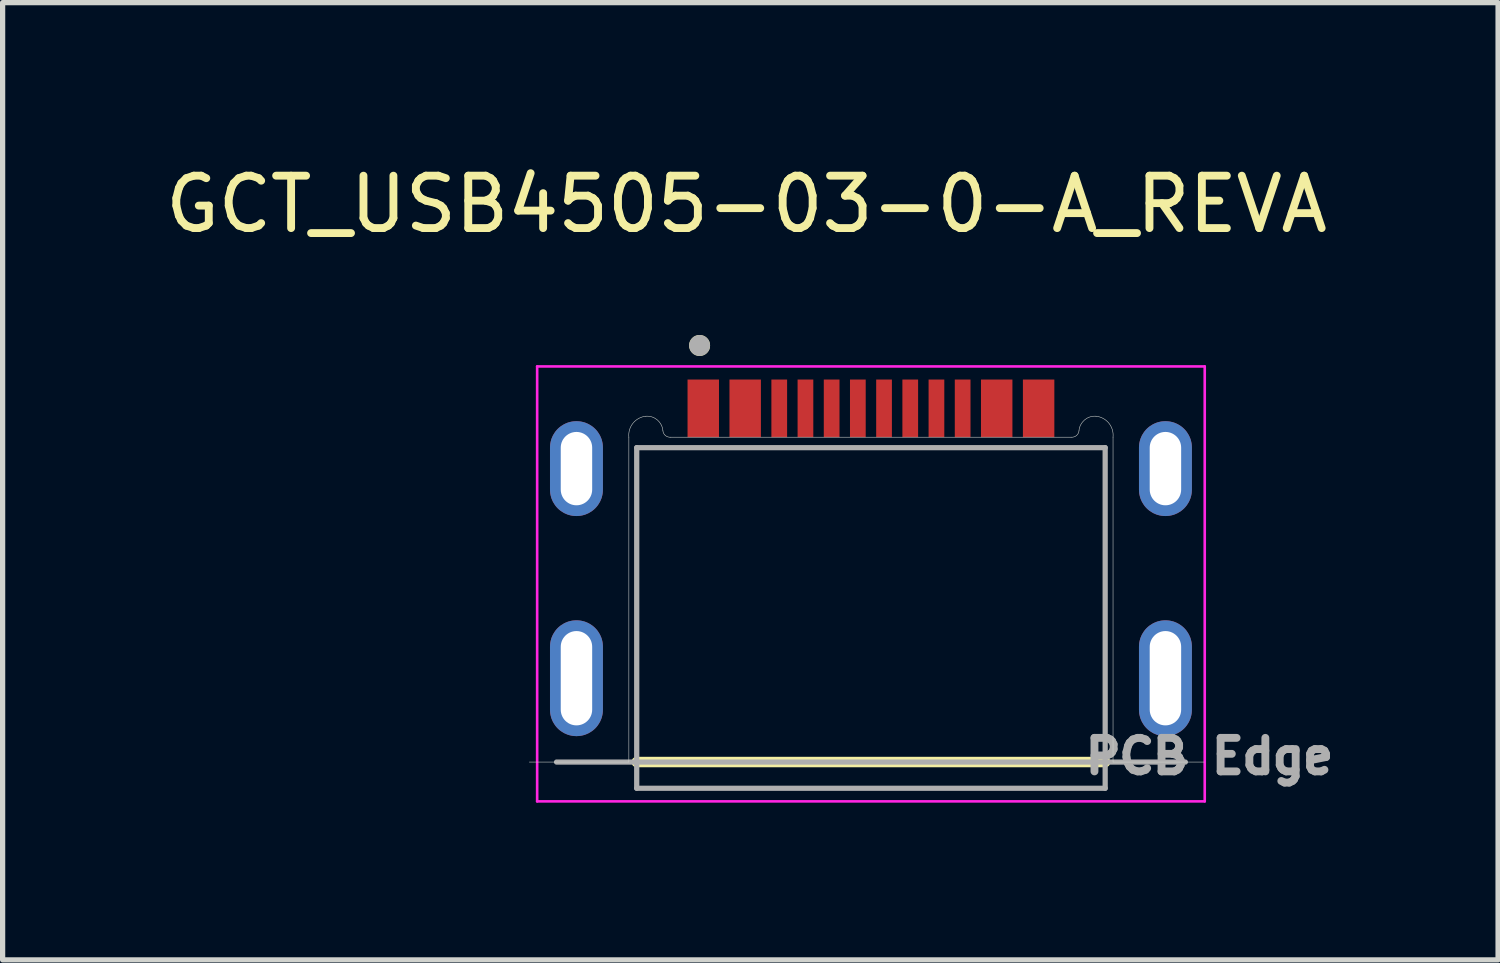
<source format=kicad_pcb>
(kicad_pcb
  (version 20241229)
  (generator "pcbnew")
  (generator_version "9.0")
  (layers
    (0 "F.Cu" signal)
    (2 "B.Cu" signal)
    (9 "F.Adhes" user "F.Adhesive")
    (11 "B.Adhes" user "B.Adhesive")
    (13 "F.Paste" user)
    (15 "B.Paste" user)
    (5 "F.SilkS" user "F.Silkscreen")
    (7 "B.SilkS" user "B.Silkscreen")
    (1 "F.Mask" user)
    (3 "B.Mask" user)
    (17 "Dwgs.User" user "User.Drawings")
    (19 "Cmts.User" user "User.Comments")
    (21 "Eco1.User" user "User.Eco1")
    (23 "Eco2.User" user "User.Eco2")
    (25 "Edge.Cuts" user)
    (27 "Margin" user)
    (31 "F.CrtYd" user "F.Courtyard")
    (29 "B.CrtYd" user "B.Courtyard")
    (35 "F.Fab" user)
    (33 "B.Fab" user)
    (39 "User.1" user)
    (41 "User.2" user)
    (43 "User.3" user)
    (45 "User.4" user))
  (footprint "GCT_USB4505-03-0-A_REVA"
    (layer "F.Cu")
    (at 13.571 9.893)
    (property "Reference" "GCT_USB4505-03-0-A_REVA" (at -2.375 -9.045 0) (layer "F.SilkS") (effects (font (size 1 1) (thickness 0.15))))
    (attr smd allow_soldermask_bridges)
    (fp_poly (pts (xy -6.22 -3.6) (xy -6.22 -4.4) (xy -6.219 -4.431) (xy -6.217 -4.463) (xy -6.213 -4.494) (xy -6.207 -4.525) (xy -6.2 -4.555) (xy -6.191 -4.585) (xy -6.18 -4.615) (xy -6.168 -4.644) (xy -6.155 -4.672) (xy -6.14 -4.7) (xy -6.123 -4.727) (xy -6.105 -4.753) (xy -6.086 -4.778) (xy -6.066 -4.801) (xy -6.044 -4.824) (xy -6.021 -4.846) (xy -5.998 -4.866) (xy -5.973 -4.885) (xy -5.947 -4.903) (xy -5.92 -4.92) (xy -5.892 -4.935) (xy -5.864 -4.948) (xy -5.835 -4.96) (xy -5.805 -4.971) (xy -5.775 -4.98) (xy -5.745 -4.987) (xy -5.714 -4.993) (xy -5.683 -4.997) (xy -5.651 -4.999) (xy -5.62 -5) (xy -5.589 -4.999) (xy -5.557 -4.997) (xy -5.526 -4.993) (xy -5.495 -4.987) (xy -5.465 -4.98) (xy -5.435 -4.971) (xy -5.405 -4.96) (xy -5.376 -4.948) (xy -5.348 -4.935) (xy -5.32 -4.92) (xy -5.293 -4.903) (xy -5.267 -4.885) (xy -5.242 -4.866) (xy -5.219 -4.846) (xy -5.196 -4.824) (xy -5.174 -4.801) (xy -5.154 -4.778) (xy -5.135 -4.753) (xy -5.117 -4.727) (xy -5.1 -4.7) (xy -5.085 -4.672) (xy -5.072 -4.644) (xy -5.06 -4.615) (xy -5.049 -4.585) (xy -5.04 -4.555) (xy -5.033 -4.525) (xy -5.027 -4.494) (xy -5.023 -4.463) (xy -5.021 -4.431) (xy -5.02 -4.4) (xy -5.02 -3.6) (xy -5.021 -3.569) (xy -5.023 -3.537) (xy -5.027 -3.506) (xy -5.033 -3.475) (xy -5.04 -3.445) (xy -5.049 -3.415) (xy -5.06 -3.385) (xy -5.072 -3.356) (xy -5.085 -3.328) (xy -5.1 -3.3) (xy -5.117 -3.273) (xy -5.135 -3.247) (xy -5.154 -3.222) (xy -5.174 -3.199) (xy -5.196 -3.176) (xy -5.219 -3.154) (xy -5.242 -3.134) (xy -5.267 -3.115) (xy -5.293 -3.097) (xy -5.32 -3.08) (xy -5.348 -3.065) (xy -5.376 -3.052) (xy -5.405 -3.04) (xy -5.435 -3.029) (xy -5.465 -3.02) (xy -5.495 -3.013) (xy -5.526 -3.007) (xy -5.557 -3.003) (xy -5.589 -3.001) (xy -5.62 -3) (xy -5.651 -3.001) (xy -5.683 -3.003) (xy -5.714 -3.007) (xy -5.745 -3.013) (xy -5.775 -3.02) (xy -5.805 -3.029) (xy -5.835 -3.04) (xy -5.864 -3.052) (xy -5.892 -3.065) (xy -5.92 -3.08) (xy -5.947 -3.097) (xy -5.973 -3.115) (xy -5.998 -3.134) (xy -6.021 -3.154) (xy -6.044 -3.176) (xy -6.066 -3.199) (xy -6.086 -3.222) (xy -6.105 -3.247) (xy -6.123 -3.273) (xy -6.14 -3.3) (xy -6.155 -3.328) (xy -6.168 -3.356) (xy -6.18 -3.385) (xy -6.191 -3.415) (xy -6.2 -3.445) (xy -6.207 -3.475) (xy -6.213 -3.506) (xy -6.217 -3.537) (xy -6.219 -3.569) (xy -6.22 -3.6)) (stroke (width 0.01) (type solid)) (fill yes) (layer "F.Mask"))
    (fp_poly (pts (xy -6.22 0.6) (xy -6.22 -0.6) (xy -6.219 -0.631) (xy -6.217 -0.663) (xy -6.213 -0.694) (xy -6.207 -0.725) (xy -6.2 -0.755) (xy -6.191 -0.785) (xy -6.18 -0.815) (xy -6.168 -0.844) (xy -6.155 -0.872) (xy -6.14 -0.9) (xy -6.123 -0.927) (xy -6.105 -0.953) (xy -6.086 -0.978) (xy -6.066 -1.001) (xy -6.044 -1.024) (xy -6.021 -1.046) (xy -5.998 -1.066) (xy -5.973 -1.085) (xy -5.947 -1.103) (xy -5.92 -1.12) (xy -5.892 -1.135) (xy -5.864 -1.148) (xy -5.835 -1.16) (xy -5.805 -1.171) (xy -5.775 -1.18) (xy -5.745 -1.187) (xy -5.714 -1.193) (xy -5.683 -1.197) (xy -5.651 -1.199) (xy -5.62 -1.2) (xy -5.589 -1.199) (xy -5.557 -1.197) (xy -5.526 -1.193) (xy -5.495 -1.187) (xy -5.465 -1.18) (xy -5.435 -1.171) (xy -5.405 -1.16) (xy -5.376 -1.148) (xy -5.348 -1.135) (xy -5.32 -1.12) (xy -5.293 -1.103) (xy -5.267 -1.085) (xy -5.242 -1.066) (xy -5.219 -1.046) (xy -5.196 -1.024) (xy -5.174 -1.001) (xy -5.154 -0.978) (xy -5.135 -0.953) (xy -5.117 -0.927) (xy -5.1 -0.9) (xy -5.085 -0.872) (xy -5.072 -0.844) (xy -5.06 -0.815) (xy -5.049 -0.785) (xy -5.04 -0.755) (xy -5.033 -0.725) (xy -5.027 -0.694) (xy -5.023 -0.663) (xy -5.021 -0.631) (xy -5.02 -0.6) (xy -5.02 0.6) (xy -5.021 0.631) (xy -5.023 0.663) (xy -5.027 0.694) (xy -5.033 0.725) (xy -5.04 0.755) (xy -5.049 0.785) (xy -5.06 0.815) (xy -5.072 0.844) (xy -5.085 0.872) (xy -5.1 0.9) (xy -5.117 0.927) (xy -5.135 0.953) (xy -5.154 0.978) (xy -5.174 1.001) (xy -5.196 1.024) (xy -5.219 1.046) (xy -5.242 1.066) (xy -5.267 1.085) (xy -5.293 1.103) (xy -5.32 1.12) (xy -5.348 1.135) (xy -5.376 1.148) (xy -5.405 1.16) (xy -5.435 1.171) (xy -5.465 1.18) (xy -5.495 1.187) (xy -5.526 1.193) (xy -5.557 1.197) (xy -5.589 1.199) (xy -5.62 1.2) (xy -5.651 1.199) (xy -5.683 1.197) (xy -5.714 1.193) (xy -5.745 1.187) (xy -5.775 1.18) (xy -5.805 1.171) (xy -5.835 1.16) (xy -5.864 1.148) (xy -5.892 1.135) (xy -5.92 1.12) (xy -5.947 1.103) (xy -5.973 1.085) (xy -5.998 1.066) (xy -6.021 1.046) (xy -6.044 1.024) (xy -6.066 1.001) (xy -6.086 0.978) (xy -6.105 0.953) (xy -6.123 0.927) (xy -6.14 0.9) (xy -6.155 0.872) (xy -6.168 0.844) (xy -6.18 0.815) (xy -6.191 0.785) (xy -6.2 0.755) (xy -6.207 0.725) (xy -6.213 0.694) (xy -6.217 0.663) (xy -6.219 0.631) (xy -6.22 0.6)) (stroke (width 0.01) (type solid)) (fill yes) (layer "F.Mask"))
    (fp_poly (pts (xy 5.02 -3.6) (xy 5.02 -4.4) (xy 5.021 -4.431) (xy 5.023 -4.463) (xy 5.027 -4.494) (xy 5.033 -4.525) (xy 5.04 -4.555) (xy 5.049 -4.585) (xy 5.06 -4.615) (xy 5.072 -4.644) (xy 5.085 -4.672) (xy 5.1 -4.7) (xy 5.117 -4.727) (xy 5.135 -4.753) (xy 5.154 -4.778) (xy 5.174 -4.801) (xy 5.196 -4.824) (xy 5.219 -4.846) (xy 5.242 -4.866) (xy 5.267 -4.885) (xy 5.293 -4.903) (xy 5.32 -4.92) (xy 5.348 -4.935) (xy 5.376 -4.948) (xy 5.405 -4.96) (xy 5.435 -4.971) (xy 5.465 -4.98) (xy 5.495 -4.987) (xy 5.526 -4.993) (xy 5.557 -4.997) (xy 5.589 -4.999) (xy 5.62 -5) (xy 5.651 -4.999) (xy 5.683 -4.997) (xy 5.714 -4.993) (xy 5.745 -4.987) (xy 5.775 -4.98) (xy 5.805 -4.971) (xy 5.835 -4.96) (xy 5.864 -4.948) (xy 5.892 -4.935) (xy 5.92 -4.92) (xy 5.947 -4.903) (xy 5.973 -4.885) (xy 5.998 -4.866) (xy 6.021 -4.846) (xy 6.044 -4.824) (xy 6.066 -4.801) (xy 6.086 -4.778) (xy 6.105 -4.753) (xy 6.123 -4.727) (xy 6.14 -4.7) (xy 6.155 -4.672) (xy 6.168 -4.644) (xy 6.18 -4.615) (xy 6.191 -4.585) (xy 6.2 -4.555) (xy 6.207 -4.525) (xy 6.213 -4.494) (xy 6.217 -4.463) (xy 6.219 -4.431) (xy 6.22 -4.4) (xy 6.22 -3.6) (xy 6.219 -3.569) (xy 6.217 -3.537) (xy 6.213 -3.506) (xy 6.207 -3.475) (xy 6.2 -3.445) (xy 6.191 -3.415) (xy 6.18 -3.385) (xy 6.168 -3.356) (xy 6.155 -3.328) (xy 6.14 -3.3) (xy 6.123 -3.273) (xy 6.105 -3.247) (xy 6.086 -3.222) (xy 6.066 -3.199) (xy 6.044 -3.176) (xy 6.021 -3.154) (xy 5.998 -3.134) (xy 5.973 -3.115) (xy 5.947 -3.097) (xy 5.92 -3.08) (xy 5.892 -3.065) (xy 5.864 -3.052) (xy 5.835 -3.04) (xy 5.805 -3.029) (xy 5.775 -3.02) (xy 5.745 -3.013) (xy 5.714 -3.007) (xy 5.683 -3.003) (xy 5.651 -3.001) (xy 5.62 -3) (xy 5.589 -3.001) (xy 5.557 -3.003) (xy 5.526 -3.007) (xy 5.495 -3.013) (xy 5.465 -3.02) (xy 5.435 -3.029) (xy 5.405 -3.04) (xy 5.376 -3.052) (xy 5.348 -3.065) (xy 5.32 -3.08) (xy 5.293 -3.097) (xy 5.267 -3.115) (xy 5.242 -3.134) (xy 5.219 -3.154) (xy 5.196 -3.176) (xy 5.174 -3.199) (xy 5.154 -3.222) (xy 5.135 -3.247) (xy 5.117 -3.273) (xy 5.1 -3.3) (xy 5.085 -3.328) (xy 5.072 -3.356) (xy 5.06 -3.385) (xy 5.049 -3.415) (xy 5.04 -3.445) (xy 5.033 -3.475) (xy 5.027 -3.506) (xy 5.023 -3.537) (xy 5.021 -3.569) (xy 5.02 -3.6)) (stroke (width 0.01) (type solid)) (fill yes) (layer "F.Mask"))
    (fp_poly (pts (xy 5.02 0) (xy 5.02 -0.6) (xy 5.021 -0.631) (xy 5.023 -0.663) (xy 5.027 -0.694) (xy 5.033 -0.725) (xy 5.04 -0.755) (xy 5.049 -0.785) (xy 5.06 -0.815) (xy 5.072 -0.844) (xy 5.085 -0.872) (xy 5.1 -0.9) (xy 5.117 -0.927) (xy 5.135 -0.953) (xy 5.154 -0.978) (xy 5.174 -1.001) (xy 5.196 -1.024) (xy 5.219 -1.046) (xy 5.242 -1.066) (xy 5.267 -1.085) (xy 5.293 -1.103) (xy 5.32 -1.12) (xy 5.348 -1.135) (xy 5.376 -1.148) (xy 5.405 -1.16) (xy 5.435 -1.171) (xy 5.465 -1.18) (xy 5.495 -1.187) (xy 5.526 -1.193) (xy 5.557 -1.197) (xy 5.589 -1.199) (xy 5.62 -1.2) (xy 5.651 -1.199) (xy 5.683 -1.197) (xy 5.714 -1.193) (xy 5.745 -1.187) (xy 5.775 -1.18) (xy 5.805 -1.171) (xy 5.835 -1.16) (xy 5.864 -1.148) (xy 5.892 -1.135) (xy 5.92 -1.12) (xy 5.947 -1.103) (xy 5.973 -1.085) (xy 5.998 -1.066) (xy 6.021 -1.046) (xy 6.044 -1.024) (xy 6.066 -1.001) (xy 6.086 -0.978) (xy 6.105 -0.953) (xy 6.123 -0.927) (xy 6.14 -0.9) (xy 6.155 -0.872) (xy 6.168 -0.844) (xy 6.18 -0.815) (xy 6.191 -0.785) (xy 6.2 -0.755) (xy 6.207 -0.725) (xy 6.213 -0.694) (xy 6.217 -0.663) (xy 6.219 -0.631) (xy 6.22 -0.6) (xy 6.22 0) (xy 6.22 0.6) (xy 6.219 0.631) (xy 6.217 0.663) (xy 6.213 0.694) (xy 6.207 0.725) (xy 6.2 0.755) (xy 6.191 0.785) (xy 6.18 0.815) (xy 6.168 0.844) (xy 6.155 0.872) (xy 6.14 0.9) (xy 6.123 0.927) (xy 6.105 0.953) (xy 6.086 0.978) (xy 6.066 1.001) (xy 6.044 1.024) (xy 6.021 1.046) (xy 5.998 1.066) (xy 5.973 1.085) (xy 5.947 1.103) (xy 5.92 1.12) (xy 5.892 1.135) (xy 5.864 1.148) (xy 5.835 1.16) (xy 5.805 1.171) (xy 5.775 1.18) (xy 5.745 1.187) (xy 5.714 1.193) (xy 5.683 1.197) (xy 5.651 1.199) (xy 5.62 1.2) (xy 5.589 1.199) (xy 5.557 1.197) (xy 5.526 1.193) (xy 5.495 1.187) (xy 5.465 1.18) (xy 5.435 1.171) (xy 5.405 1.16) (xy 5.376 1.148) (xy 5.348 1.135) (xy 5.32 1.12) (xy 5.293 1.103) (xy 5.267 1.085) (xy 5.242 1.066) (xy 5.219 1.046) (xy 5.196 1.024) (xy 5.174 1.001) (xy 5.154 0.978) (xy 5.135 0.953) (xy 5.117 0.927) (xy 5.1 0.9) (xy 5.085 0.872) (xy 5.072 0.844) (xy 5.06 0.815) (xy 5.049 0.785) (xy 5.04 0.755) (xy 5.033 0.725) (xy 5.027 0.694) (xy 5.023 0.663) (xy 5.021 0.631) (xy 5.02 0.6) (xy 5.02 0)) (stroke (width 0.01) (type solid)) (fill yes) (layer "F.Mask"))
    (fp_poly (pts (xy -6.22 -3.6) (xy -6.22 -4.4) (xy -6.219 -4.431) (xy -6.217 -4.463) (xy -6.213 -4.494) (xy -6.207 -4.525) (xy -6.2 -4.555) (xy -6.191 -4.585) (xy -6.18 -4.615) (xy -6.168 -4.644) (xy -6.155 -4.672) (xy -6.14 -4.7) (xy -6.123 -4.727) (xy -6.105 -4.753) (xy -6.086 -4.778) (xy -6.066 -4.801) (xy -6.044 -4.824) (xy -6.021 -4.846) (xy -5.998 -4.866) (xy -5.973 -4.885) (xy -5.947 -4.903) (xy -5.92 -4.92) (xy -5.892 -4.935) (xy -5.864 -4.948) (xy -5.835 -4.96) (xy -5.805 -4.971) (xy -5.775 -4.98) (xy -5.745 -4.987) (xy -5.714 -4.993) (xy -5.683 -4.997) (xy -5.651 -4.999) (xy -5.62 -5) (xy -5.589 -4.999) (xy -5.557 -4.997) (xy -5.526 -4.993) (xy -5.495 -4.987) (xy -5.465 -4.98) (xy -5.435 -4.971) (xy -5.405 -4.96) (xy -5.376 -4.948) (xy -5.348 -4.935) (xy -5.32 -4.92) (xy -5.293 -4.903) (xy -5.267 -4.885) (xy -5.242 -4.866) (xy -5.219 -4.846) (xy -5.196 -4.824) (xy -5.174 -4.801) (xy -5.154 -4.778) (xy -5.135 -4.753) (xy -5.117 -4.727) (xy -5.1 -4.7) (xy -5.085 -4.672) (xy -5.072 -4.644) (xy -5.06 -4.615) (xy -5.049 -4.585) (xy -5.04 -4.555) (xy -5.033 -4.525) (xy -5.027 -4.494) (xy -5.023 -4.463) (xy -5.021 -4.431) (xy -5.02 -4.4) (xy -5.02 -3.6) (xy -5.021 -3.569) (xy -5.023 -3.537) (xy -5.027 -3.506) (xy -5.033 -3.475) (xy -5.04 -3.445) (xy -5.049 -3.415) (xy -5.06 -3.385) (xy -5.072 -3.356) (xy -5.085 -3.328) (xy -5.1 -3.3) (xy -5.117 -3.273) (xy -5.135 -3.247) (xy -5.154 -3.222) (xy -5.174 -3.199) (xy -5.196 -3.176) (xy -5.219 -3.154) (xy -5.242 -3.134) (xy -5.267 -3.115) (xy -5.293 -3.097) (xy -5.32 -3.08) (xy -5.348 -3.065) (xy -5.376 -3.052) (xy -5.405 -3.04) (xy -5.435 -3.029) (xy -5.465 -3.02) (xy -5.495 -3.013) (xy -5.526 -3.007) (xy -5.557 -3.003) (xy -5.589 -3.001) (xy -5.62 -3) (xy -5.651 -3.001) (xy -5.683 -3.003) (xy -5.714 -3.007) (xy -5.745 -3.013) (xy -5.775 -3.02) (xy -5.805 -3.029) (xy -5.835 -3.04) (xy -5.864 -3.052) (xy -5.892 -3.065) (xy -5.92 -3.08) (xy -5.947 -3.097) (xy -5.973 -3.115) (xy -5.998 -3.134) (xy -6.021 -3.154) (xy -6.044 -3.176) (xy -6.066 -3.199) (xy -6.086 -3.222) (xy -6.105 -3.247) (xy -6.123 -3.273) (xy -6.14 -3.3) (xy -6.155 -3.328) (xy -6.168 -3.356) (xy -6.18 -3.385) (xy -6.191 -3.415) (xy -6.2 -3.445) (xy -6.207 -3.475) (xy -6.213 -3.506) (xy -6.217 -3.537) (xy -6.219 -3.569) (xy -6.22 -3.6)) (stroke (width 0.01) (type solid)) (fill yes) (layer "B.Mask"))
    (fp_poly (pts (xy -6.22 0.6) (xy -6.22 -0.6) (xy -6.219 -0.631) (xy -6.217 -0.663) (xy -6.213 -0.694) (xy -6.207 -0.725) (xy -6.2 -0.755) (xy -6.191 -0.785) (xy -6.18 -0.815) (xy -6.168 -0.844) (xy -6.155 -0.872) (xy -6.14 -0.9) (xy -6.123 -0.927) (xy -6.105 -0.953) (xy -6.086 -0.978) (xy -6.066 -1.001) (xy -6.044 -1.024) (xy -6.021 -1.046) (xy -5.998 -1.066) (xy -5.973 -1.085) (xy -5.947 -1.103) (xy -5.92 -1.12) (xy -5.892 -1.135) (xy -5.864 -1.148) (xy -5.835 -1.16) (xy -5.805 -1.171) (xy -5.775 -1.18) (xy -5.745 -1.187) (xy -5.714 -1.193) (xy -5.683 -1.197) (xy -5.651 -1.199) (xy -5.62 -1.2) (xy -5.589 -1.199) (xy -5.557 -1.197) (xy -5.526 -1.193) (xy -5.495 -1.187) (xy -5.465 -1.18) (xy -5.435 -1.171) (xy -5.405 -1.16) (xy -5.376 -1.148) (xy -5.348 -1.135) (xy -5.32 -1.12) (xy -5.293 -1.103) (xy -5.267 -1.085) (xy -5.242 -1.066) (xy -5.219 -1.046) (xy -5.196 -1.024) (xy -5.174 -1.001) (xy -5.154 -0.978) (xy -5.135 -0.953) (xy -5.117 -0.927) (xy -5.1 -0.9) (xy -5.085 -0.872) (xy -5.072 -0.844) (xy -5.06 -0.815) (xy -5.049 -0.785) (xy -5.04 -0.755) (xy -5.033 -0.725) (xy -5.027 -0.694) (xy -5.023 -0.663) (xy -5.021 -0.631) (xy -5.02 -0.6) (xy -5.02 0.6) (xy -5.021 0.631) (xy -5.023 0.663) (xy -5.027 0.694) (xy -5.033 0.725) (xy -5.04 0.755) (xy -5.049 0.785) (xy -5.06 0.815) (xy -5.072 0.844) (xy -5.085 0.872) (xy -5.1 0.9) (xy -5.117 0.927) (xy -5.135 0.953) (xy -5.154 0.978) (xy -5.174 1.001) (xy -5.196 1.024) (xy -5.219 1.046) (xy -5.242 1.066) (xy -5.267 1.085) (xy -5.293 1.103) (xy -5.32 1.12) (xy -5.348 1.135) (xy -5.376 1.148) (xy -5.405 1.16) (xy -5.435 1.171) (xy -5.465 1.18) (xy -5.495 1.187) (xy -5.526 1.193) (xy -5.557 1.197) (xy -5.589 1.199) (xy -5.62 1.2) (xy -5.651 1.199) (xy -5.683 1.197) (xy -5.714 1.193) (xy -5.745 1.187) (xy -5.775 1.18) (xy -5.805 1.171) (xy -5.835 1.16) (xy -5.864 1.148) (xy -5.892 1.135) (xy -5.92 1.12) (xy -5.947 1.103) (xy -5.973 1.085) (xy -5.998 1.066) (xy -6.021 1.046) (xy -6.044 1.024) (xy -6.066 1.001) (xy -6.086 0.978) (xy -6.105 0.953) (xy -6.123 0.927) (xy -6.14 0.9) (xy -6.155 0.872) (xy -6.168 0.844) (xy -6.18 0.815) (xy -6.191 0.785) (xy -6.2 0.755) (xy -6.207 0.725) (xy -6.213 0.694) (xy -6.217 0.663) (xy -6.219 0.631) (xy -6.22 0.6)) (stroke (width 0.01) (type solid)) (fill yes) (layer "B.Mask"))
    (fp_poly (pts (xy 5.02 -3.6) (xy 5.02 -4.4) (xy 5.021 -4.431) (xy 5.023 -4.463) (xy 5.027 -4.494) (xy 5.033 -4.525) (xy 5.04 -4.555) (xy 5.049 -4.585) (xy 5.06 -4.615) (xy 5.072 -4.644) (xy 5.085 -4.672) (xy 5.1 -4.7) (xy 5.117 -4.727) (xy 5.135 -4.753) (xy 5.154 -4.778) (xy 5.174 -4.801) (xy 5.196 -4.824) (xy 5.219 -4.846) (xy 5.242 -4.866) (xy 5.267 -4.885) (xy 5.293 -4.903) (xy 5.32 -4.92) (xy 5.348 -4.935) (xy 5.376 -4.948) (xy 5.405 -4.96) (xy 5.435 -4.971) (xy 5.465 -4.98) (xy 5.495 -4.987) (xy 5.526 -4.993) (xy 5.557 -4.997) (xy 5.589 -4.999) (xy 5.62 -5) (xy 5.651 -4.999) (xy 5.683 -4.997) (xy 5.714 -4.993) (xy 5.745 -4.987) (xy 5.775 -4.98) (xy 5.805 -4.971) (xy 5.835 -4.96) (xy 5.864 -4.948) (xy 5.892 -4.935) (xy 5.92 -4.92) (xy 5.947 -4.903) (xy 5.973 -4.885) (xy 5.998 -4.866) (xy 6.021 -4.846) (xy 6.044 -4.824) (xy 6.066 -4.801) (xy 6.086 -4.778) (xy 6.105 -4.753) (xy 6.123 -4.727) (xy 6.14 -4.7) (xy 6.155 -4.672) (xy 6.168 -4.644) (xy 6.18 -4.615) (xy 6.191 -4.585) (xy 6.2 -4.555) (xy 6.207 -4.525) (xy 6.213 -4.494) (xy 6.217 -4.463) (xy 6.219 -4.431) (xy 6.22 -4.4) (xy 6.22 -3.6) (xy 6.219 -3.569) (xy 6.217 -3.537) (xy 6.213 -3.506) (xy 6.207 -3.475) (xy 6.2 -3.445) (xy 6.191 -3.415) (xy 6.18 -3.385) (xy 6.168 -3.356) (xy 6.155 -3.328) (xy 6.14 -3.3) (xy 6.123 -3.273) (xy 6.105 -3.247) (xy 6.086 -3.222) (xy 6.066 -3.199) (xy 6.044 -3.176) (xy 6.021 -3.154) (xy 5.998 -3.134) (xy 5.973 -3.115) (xy 5.947 -3.097) (xy 5.92 -3.08) (xy 5.892 -3.065) (xy 5.864 -3.052) (xy 5.835 -3.04) (xy 5.805 -3.029) (xy 5.775 -3.02) (xy 5.745 -3.013) (xy 5.714 -3.007) (xy 5.683 -3.003) (xy 5.651 -3.001) (xy 5.62 -3) (xy 5.589 -3.001) (xy 5.557 -3.003) (xy 5.526 -3.007) (xy 5.495 -3.013) (xy 5.465 -3.02) (xy 5.435 -3.029) (xy 5.405 -3.04) (xy 5.376 -3.052) (xy 5.348 -3.065) (xy 5.32 -3.08) (xy 5.293 -3.097) (xy 5.267 -3.115) (xy 5.242 -3.134) (xy 5.219 -3.154) (xy 5.196 -3.176) (xy 5.174 -3.199) (xy 5.154 -3.222) (xy 5.135 -3.247) (xy 5.117 -3.273) (xy 5.1 -3.3) (xy 5.085 -3.328) (xy 5.072 -3.356) (xy 5.06 -3.385) (xy 5.049 -3.415) (xy 5.04 -3.445) (xy 5.033 -3.475) (xy 5.027 -3.506) (xy 5.023 -3.537) (xy 5.021 -3.569) (xy 5.02 -3.6)) (stroke (width 0.01) (type solid)) (fill yes) (layer "B.Mask"))
    (fp_poly (pts (xy 5.02 0.6) (xy 5.02 -0.6) (xy 5.021 -0.631) (xy 5.023 -0.663) (xy 5.027 -0.694) (xy 5.033 -0.725) (xy 5.04 -0.755) (xy 5.049 -0.785) (xy 5.06 -0.815) (xy 5.072 -0.844) (xy 5.085 -0.872) (xy 5.1 -0.9) (xy 5.117 -0.927) (xy 5.135 -0.953) (xy 5.154 -0.978) (xy 5.174 -1.001) (xy 5.196 -1.024) (xy 5.219 -1.046) (xy 5.242 -1.066) (xy 5.267 -1.085) (xy 5.293 -1.103) (xy 5.32 -1.12) (xy 5.348 -1.135) (xy 5.376 -1.148) (xy 5.405 -1.16) (xy 5.435 -1.171) (xy 5.465 -1.18) (xy 5.495 -1.187) (xy 5.526 -1.193) (xy 5.557 -1.197) (xy 5.589 -1.199) (xy 5.62 -1.2) (xy 5.651 -1.199) (xy 5.683 -1.197) (xy 5.714 -1.193) (xy 5.745 -1.187) (xy 5.775 -1.18) (xy 5.805 -1.171) (xy 5.835 -1.16) (xy 5.864 -1.148) (xy 5.892 -1.135) (xy 5.92 -1.12) (xy 5.947 -1.103) (xy 5.973 -1.085) (xy 5.998 -1.066) (xy 6.021 -1.046) (xy 6.044 -1.024) (xy 6.066 -1.001) (xy 6.086 -0.978) (xy 6.105 -0.953) (xy 6.123 -0.927) (xy 6.14 -0.9) (xy 6.155 -0.872) (xy 6.168 -0.844) (xy 6.18 -0.815) (xy 6.191 -0.785) (xy 6.2 -0.755) (xy 6.207 -0.725) (xy 6.213 -0.694) (xy 6.217 -0.663) (xy 6.219 -0.631) (xy 6.22 -0.6) (xy 6.22 0.6) (xy 6.219 0.631) (xy 6.217 0.663) (xy 6.213 0.694) (xy 6.207 0.725) (xy 6.2 0.755) (xy 6.191 0.785) (xy 6.18 0.815) (xy 6.168 0.844) (xy 6.155 0.872) (xy 6.14 0.9) (xy 6.123 0.927) (xy 6.105 0.953) (xy 6.086 0.978) (xy 6.066 1.001) (xy 6.044 1.024) (xy 6.021 1.046) (xy 5.998 1.066) (xy 5.973 1.085) (xy 5.947 1.103) (xy 5.92 1.12) (xy 5.892 1.135) (xy 5.864 1.148) (xy 5.835 1.16) (xy 5.805 1.171) (xy 5.775 1.18) (xy 5.745 1.187) (xy 5.714 1.193) (xy 5.683 1.197) (xy 5.651 1.199) (xy 5.62 1.2) (xy 5.589 1.199) (xy 5.557 1.197) (xy 5.526 1.193) (xy 5.495 1.187) (xy 5.465 1.18) (xy 5.435 1.171) (xy 5.405 1.16) (xy 5.376 1.148) (xy 5.348 1.135) (xy 5.32 1.12) (xy 5.293 1.103) (xy 5.267 1.085) (xy 5.242 1.066) (xy 5.219 1.046) (xy 5.196 1.024) (xy 5.174 1.001) (xy 5.154 0.978) (xy 5.135 0.953) (xy 5.117 0.927) (xy 5.1 0.9) (xy 5.085 0.872) (xy 5.072 0.844) (xy 5.06 0.815) (xy 5.049 0.785) (xy 5.04 0.755) (xy 5.033 0.725) (xy 5.027 0.694) (xy 5.023 0.663) (xy 5.021 0.631) (xy 5.02 0.6)) (stroke (width 0.01) (type solid)) (fill yes) (layer "B.Mask"))
    (fp_line (start -4.47 1.6) (end 4.47 1.6) (stroke (width 0.2) (type solid)) (layer "F.SilkS"))
    (fp_circle (center -3.27 -6.35) (end -3.17 -6.35) (stroke (width 0.2) (type solid)) (fill no) (layer "F.SilkS"))
    (fp_line (start -6.52 1.6) (end -4.62 1.6) (stroke (width 0.01) (type solid)) (layer "Edge.Cuts"))
    (fp_line (start -4.62 1.6) (end -4.62 -4.6) (stroke (width 0.01) (type solid)) (layer "Edge.Cuts"))
    (fp_line (start -3.82 -4.6) (end 3.82 -4.6) (stroke (width 0.01) (type solid)) (layer "Edge.Cuts"))
    (fp_line (start 4.62 -4.6) (end 4.62 1.6) (stroke (width 0.01) (type solid)) (layer "Edge.Cuts"))
    (fp_line (start 4.62 1.6) (end 6.36 1.6) (stroke (width 0.01) (type solid)) (layer "Edge.Cuts"))
    (fp_arc (start -4.62 -4.6) (mid -4.540343 -4.86731) (end -4.295 -5) (stroke (width 0.01) (type solid)) (layer "Edge.Cuts"))
    (fp_arc (start -4.295 -5) (mid -4.07451 -4.92731) (end -3.97 -4.72) (stroke (width 0.01) (type solid)) (layer "Edge.Cuts"))
    (fp_arc (start -3.82 -4.6) (mid -3.919853 -4.628934) (end -3.97 -4.72) (stroke (width 0.01) (type solid)) (layer "Edge.Cuts"))
    (fp_arc (start 3.97 -4.72) (mid 3.919853 -4.628934) (end 3.82 -4.6) (stroke (width 0.01) (type solid)) (layer "Edge.Cuts"))
    (fp_arc (start 3.97 -4.72) (mid 4.07451 -4.92731) (end 4.295 -5) (stroke (width 0.01) (type solid)) (layer "Edge.Cuts"))
    (fp_arc (start 4.295 -5) (mid 4.540343 -4.86731) (end 4.62 -4.6) (stroke (width 0.01) (type solid)) (layer "Edge.Cuts"))
    (fp_line (start -6.37 -5.95) (end 6.37 -5.95) (stroke (width 0.05) (type solid)) (layer "F.CrtYd"))
    (fp_line (start -6.37 2.35) (end -6.37 -5.95) (stroke (width 0.05) (type solid)) (layer "F.CrtYd"))
    (fp_line (start -6.37 2.35) (end 6.37 2.35) (stroke (width 0.05) (type solid)) (layer "F.CrtYd"))
    (fp_line (start 6.37 2.35) (end 6.37 -5.95) (stroke (width 0.05) (type solid)) (layer "F.CrtYd"))
    (fp_line (start -6 1.6) (end 6 1.6) (stroke (width 0.1) (type solid)) (layer "F.Fab"))
    (fp_line (start -4.47 -4.4) (end 4.47 -4.4) (stroke (width 0.1) (type solid)) (layer "F.Fab"))
    (fp_line (start -4.47 2.1) (end -4.47 -4.4) (stroke (width 0.1) (type solid)) (layer "F.Fab"))
    (fp_line (start -4.47 2.1) (end 4.47 2.1) (stroke (width 0.1) (type solid)) (layer "F.Fab"))
    (fp_line (start 4.47 2.1) (end 4.47 -4.4) (stroke (width 0.1) (type solid)) (layer "F.Fab"))
    (fp_circle (center -3.27 -6.35) (end -3.17 -6.35) (stroke (width 0.2) (type solid)) (fill no) (layer "F.Fab"))
    (fp_text user "PCB Edge" (at 6.46 1.49 0) (layer "F.Fab") (effects (font (size 0.64 0.64) (thickness 0.15))))
    (pad "A1_B12" smd rect (at -3.2 -5.15) (size 0.6 1.1) (layers "F.Cu" "F.Mask" "F.Paste"))
    (pad "A4_B9" smd rect (at -2.4 -5.15) (size 0.6 1.1) (layers "F.Cu" "F.Mask" "F.Paste"))
    (pad "A5" smd rect (at -1.25 -5.15) (size 0.3 1.1) (layers "F.Cu" "F.Mask" "F.Paste"))
    (pad "A6" smd rect (at -0.25 -5.15) (size 0.3 1.1) (layers "F.Cu" "F.Mask" "F.Paste"))
    (pad "A7" smd rect (at 0.25 -5.15) (size 0.3 1.1) (layers "F.Cu" "F.Mask" "F.Paste"))
    (pad "A8" smd rect (at 1.25 -5.15) (size 0.3 1.1) (layers "F.Cu" "F.Mask" "F.Paste"))
    (pad "B1_A12" smd rect (at 3.2 -5.15) (size 0.6 1.1) (layers "F.Cu" "F.Mask" "F.Paste"))
    (pad "B4_A9" smd rect (at 2.4 -5.15) (size 0.6 1.1) (layers "F.Cu" "F.Mask" "F.Paste"))
    (pad "B5" smd rect (at 1.75 -5.15) (size 0.3 1.1) (layers "F.Cu" "F.Mask" "F.Paste"))
    (pad "B6" smd rect (at 0.75 -5.15) (size 0.3 1.1) (layers "F.Cu" "F.Mask" "F.Paste"))
    (pad "B7" smd rect (at -0.75 -5.15) (size 0.3 1.1) (layers "F.Cu" "F.Mask" "F.Paste"))
    (pad "B8" smd rect (at -1.75 -5.15) (size 0.3 1.1) (layers "F.Cu" "F.Mask" "F.Paste"))
    (pad "S1" thru_hole custom (at -5.62 0) (size 0.95 1.9) (drill oval 0.6 1.8) (layers "*.Cu") (options (anchor circle)) (primitives (gr_poly (pts (xy -0.5 0.6) (xy -0.5 -0.6) (xy -0.499 -0.626) (xy -0.497 -0.652) (xy -0.494 -0.678) (xy -0.489 -0.704) (xy -0.483 -0.729) (xy -0.476 -0.755) (xy -0.467 -0.779) (xy -0.457 -0.803) (xy -0.446 -0.827) (xy -0.433 -0.85) (xy -0.419 -0.872) (xy -0.405 -0.894) (xy -0.389 -0.915) (xy -0.372 -0.935) (xy -0.354 -0.954) (xy -0.335 -0.972) (xy -0.315 -0.989) (xy -0.294 -1.005) (xy -0.272 -1.019) (xy -0.25 -1.033) (xy -0.227 -1.046) (xy -0.203 -1.057) (xy -0.179 -1.067) (xy -0.155 -1.076) (xy -0.129 -1.083) (xy -0.104 -1.089) (xy -0.078 -1.094) (xy -0.052 -1.097) (xy -0.026 -1.099) (xy 0 -1.1) (xy 0.026 -1.099) (xy 0.052 -1.097) (xy 0.078 -1.094) (xy 0.104 -1.089) (xy 0.129 -1.083) (xy 0.155 -1.076) (xy 0.179 -1.067) (xy 0.203 -1.057) (xy 0.227 -1.046) (xy 0.25 -1.033) (xy 0.272 -1.019) (xy 0.294 -1.005) (xy 0.315 -0.989) (xy 0.335 -0.972) (xy 0.354 -0.954) (xy 0.372 -0.935) (xy 0.389 -0.915) (xy 0.405 -0.894) (xy 0.419 -0.872) (xy 0.433 -0.85) (xy 0.446 -0.827) (xy 0.457 -0.803) (xy 0.467 -0.779) (xy 0.476 -0.755) (xy 0.483 -0.729) (xy 0.489 -0.704) (xy 0.494 -0.678) (xy 0.497 -0.652) (xy 0.499 -0.626) (xy 0.5 -0.6) (xy 0.5 0.6) (xy 0.499 0.626) (xy 0.497 0.652) (xy 0.494 0.678) (xy 0.489 0.704) (xy 0.483 0.729) (xy 0.476 0.755) (xy 0.467 0.779) (xy 0.457 0.803) (xy 0.446 0.827) (xy 0.433 0.85) (xy 0.419 0.872) (xy 0.405 0.894) (xy 0.389 0.915) (xy 0.372 0.935) (xy 0.354 0.954) (xy 0.335 0.972) (xy 0.315 0.989) (xy 0.294 1.005) (xy 0.272 1.019) (xy 0.25 1.033) (xy 0.227 1.046) (xy 0.203 1.057) (xy 0.179 1.067) (xy 0.155 1.076) (xy 0.129 1.083) (xy 0.104 1.089) (xy 0.078 1.094) (xy 0.052 1.097) (xy 0.026 1.099) (xy 0 1.1) (xy -0.026 1.099) (xy -0.052 1.097) (xy -0.078 1.094) (xy -0.104 1.089) (xy -0.129 1.083) (xy -0.155 1.076) (xy -0.179 1.067) (xy -0.203 1.057) (xy -0.227 1.046) (xy -0.25 1.033) (xy -0.272 1.019) (xy -0.294 1.005) (xy -0.315 0.989) (xy -0.335 0.972) (xy -0.354 0.954) (xy -0.372 0.935) (xy -0.389 0.915) (xy -0.405 0.894) (xy -0.419 0.872) (xy -0.433 0.85) (xy -0.446 0.827) (xy -0.457 0.803) (xy -0.467 0.779) (xy -0.476 0.755) (xy -0.483 0.729) (xy -0.489 0.704) (xy -0.494 0.678) (xy -0.497 0.652) (xy -0.499 0.626) (xy -0.5 0.6)) (width 0.01) (fill yes))))
    (pad "S2" thru_hole custom (at 5.62 -4) (size 0.8 1.6) (drill oval 0.6 1.4) (layers "*.Cu") (options (anchor circle)) (primitives (gr_poly (pts (xy -0.5 0.4) (xy -0.5 -0.4) (xy -0.499 -0.426) (xy -0.497 -0.452) (xy -0.494 -0.478) (xy -0.489 -0.504) (xy -0.483 -0.529) (xy -0.476 -0.555) (xy -0.467 -0.579) (xy -0.457 -0.603) (xy -0.446 -0.627) (xy -0.433 -0.65) (xy -0.419 -0.672) (xy -0.405 -0.694) (xy -0.389 -0.715) (xy -0.372 -0.735) (xy -0.354 -0.754) (xy -0.335 -0.772) (xy -0.315 -0.789) (xy -0.294 -0.805) (xy -0.272 -0.819) (xy -0.25 -0.833) (xy -0.227 -0.846) (xy -0.203 -0.857) (xy -0.179 -0.867) (xy -0.155 -0.876) (xy -0.129 -0.883) (xy -0.104 -0.889) (xy -0.078 -0.894) (xy -0.052 -0.897) (xy -0.026 -0.899) (xy 0 -0.9) (xy 0.026 -0.899) (xy 0.052 -0.897) (xy 0.078 -0.894) (xy 0.104 -0.889) (xy 0.129 -0.883) (xy 0.155 -0.876) (xy 0.179 -0.867) (xy 0.203 -0.857) (xy 0.227 -0.846) (xy 0.25 -0.833) (xy 0.272 -0.819) (xy 0.294 -0.805) (xy 0.315 -0.789) (xy 0.335 -0.772) (xy 0.354 -0.754) (xy 0.372 -0.735) (xy 0.389 -0.715) (xy 0.405 -0.694) (xy 0.419 -0.672) (xy 0.433 -0.65) (xy 0.446 -0.627) (xy 0.457 -0.603) (xy 0.467 -0.579) (xy 0.476 -0.555) (xy 0.483 -0.529) (xy 0.489 -0.504) (xy 0.494 -0.478) (xy 0.497 -0.452) (xy 0.499 -0.426) (xy 0.5 -0.4) (xy 0.5 0.4) (xy 0.499 0.426) (xy 0.497 0.452) (xy 0.494 0.478) (xy 0.489 0.504) (xy 0.483 0.529) (xy 0.476 0.555) (xy 0.467 0.579) (xy 0.457 0.603) (xy 0.446 0.627) (xy 0.433 0.65) (xy 0.419 0.672) (xy 0.405 0.694) (xy 0.389 0.715) (xy 0.372 0.735) (xy 0.354 0.754) (xy 0.335 0.772) (xy 0.315 0.789) (xy 0.294 0.805) (xy 0.272 0.819) (xy 0.25 0.833) (xy 0.227 0.846) (xy 0.203 0.857) (xy 0.179 0.867) (xy 0.155 0.876) (xy 0.129 0.883) (xy 0.104 0.889) (xy 0.078 0.894) (xy 0.052 0.897) (xy 0.026 0.899) (xy 0 0.9) (xy -0.026 0.899) (xy -0.052 0.897) (xy -0.078 0.894) (xy -0.104 0.889) (xy -0.129 0.883) (xy -0.155 0.876) (xy -0.179 0.867) (xy -0.203 0.857) (xy -0.227 0.846) (xy -0.25 0.833) (xy -0.272 0.819) (xy -0.294 0.805) (xy -0.315 0.789) (xy -0.335 0.772) (xy -0.354 0.754) (xy -0.372 0.735) (xy -0.389 0.715) (xy -0.405 0.694) (xy -0.419 0.672) (xy -0.433 0.65) (xy -0.446 0.627) (xy -0.457 0.603) (xy -0.467 0.579) (xy -0.476 0.555) (xy -0.483 0.529) (xy -0.489 0.504) (xy -0.494 0.478) (xy -0.497 0.452) (xy -0.499 0.426) (xy -0.5 0.4)) (width 0.01) (fill yes))))
    (pad "S3" thru_hole custom (at -5.62 -4) (size 0.8 1.6) (drill oval 0.6 1.4) (layers "*.Cu") (options (anchor circle)) (primitives (gr_poly (pts (xy -0.5 0.4) (xy -0.5 -0.4) (xy -0.499 -0.426) (xy -0.497 -0.452) (xy -0.494 -0.478) (xy -0.489 -0.504) (xy -0.483 -0.529) (xy -0.476 -0.555) (xy -0.467 -0.579) (xy -0.457 -0.603) (xy -0.446 -0.627) (xy -0.433 -0.65) (xy -0.419 -0.672) (xy -0.405 -0.694) (xy -0.389 -0.715) (xy -0.372 -0.735) (xy -0.354 -0.754) (xy -0.335 -0.772) (xy -0.315 -0.789) (xy -0.294 -0.805) (xy -0.272 -0.819) (xy -0.25 -0.833) (xy -0.227 -0.846) (xy -0.203 -0.857) (xy -0.179 -0.867) (xy -0.155 -0.876) (xy -0.129 -0.883) (xy -0.104 -0.889) (xy -0.078 -0.894) (xy -0.052 -0.897) (xy -0.026 -0.899) (xy 0 -0.9) (xy 0.026 -0.899) (xy 0.052 -0.897) (xy 0.078 -0.894) (xy 0.104 -0.889) (xy 0.129 -0.883) (xy 0.155 -0.876) (xy 0.179 -0.867) (xy 0.203 -0.857) (xy 0.227 -0.846) (xy 0.25 -0.833) (xy 0.272 -0.819) (xy 0.294 -0.805) (xy 0.315 -0.789) (xy 0.335 -0.772) (xy 0.354 -0.754) (xy 0.372 -0.735) (xy 0.389 -0.715) (xy 0.405 -0.694) (xy 0.419 -0.672) (xy 0.433 -0.65) (xy 0.446 -0.627) (xy 0.457 -0.603) (xy 0.467 -0.579) (xy 0.476 -0.555) (xy 0.483 -0.529) (xy 0.489 -0.504) (xy 0.494 -0.478) (xy 0.497 -0.452) (xy 0.499 -0.426) (xy 0.5 -0.4) (xy 0.5 0.4) (xy 0.499 0.426) (xy 0.497 0.452) (xy 0.494 0.478) (xy 0.489 0.504) (xy 0.483 0.529) (xy 0.476 0.555) (xy 0.467 0.579) (xy 0.457 0.603) (xy 0.446 0.627) (xy 0.433 0.65) (xy 0.419 0.672) (xy 0.405 0.694) (xy 0.389 0.715) (xy 0.372 0.735) (xy 0.354 0.754) (xy 0.335 0.772) (xy 0.315 0.789) (xy 0.294 0.805) (xy 0.272 0.819) (xy 0.25 0.833) (xy 0.227 0.846) (xy 0.203 0.857) (xy 0.179 0.867) (xy 0.155 0.876) (xy 0.129 0.883) (xy 0.104 0.889) (xy 0.078 0.894) (xy 0.052 0.897) (xy 0.026 0.899) (xy 0 0.9) (xy -0.026 0.899) (xy -0.052 0.897) (xy -0.078 0.894) (xy -0.104 0.889) (xy -0.129 0.883) (xy -0.155 0.876) (xy -0.179 0.867) (xy -0.203 0.857) (xy -0.227 0.846) (xy -0.25 0.833) (xy -0.272 0.819) (xy -0.294 0.805) (xy -0.315 0.789) (xy -0.335 0.772) (xy -0.354 0.754) (xy -0.372 0.735) (xy -0.389 0.715) (xy -0.405 0.694) (xy -0.419 0.672) (xy -0.433 0.65) (xy -0.446 0.627) (xy -0.457 0.603) (xy -0.467 0.579) (xy -0.476 0.555) (xy -0.483 0.529) (xy -0.489 0.504) (xy -0.494 0.478) (xy -0.497 0.452) (xy -0.499 0.426) (xy -0.5 0.4)) (width 0.01) (fill yes))))
    (pad "S4" thru_hole custom (at 5.62 0) (size 0.95 1.9) (drill oval 0.6 1.8) (layers "*.Cu") (options (anchor circle)) (primitives (gr_poly (pts (xy -0.5 0.6) (xy -0.5 -0.6) (xy -0.499 -0.626) (xy -0.497 -0.652) (xy -0.494 -0.678) (xy -0.489 -0.704) (xy -0.483 -0.729) (xy -0.476 -0.755) (xy -0.467 -0.779) (xy -0.457 -0.803) (xy -0.446 -0.827) (xy -0.433 -0.85) (xy -0.419 -0.872) (xy -0.405 -0.894) (xy -0.389 -0.915) (xy -0.372 -0.935) (xy -0.354 -0.954) (xy -0.335 -0.972) (xy -0.315 -0.989) (xy -0.294 -1.005) (xy -0.272 -1.019) (xy -0.25 -1.033) (xy -0.227 -1.046) (xy -0.203 -1.057) (xy -0.179 -1.067) (xy -0.155 -1.076) (xy -0.129 -1.083) (xy -0.104 -1.089) (xy -0.078 -1.094) (xy -0.052 -1.097) (xy -0.026 -1.099) (xy 0 -1.1) (xy 0.026 -1.099) (xy 0.052 -1.097) (xy 0.078 -1.094) (xy 0.104 -1.089) (xy 0.129 -1.083) (xy 0.155 -1.076) (xy 0.179 -1.067) (xy 0.203 -1.057) (xy 0.227 -1.046) (xy 0.25 -1.033) (xy 0.272 -1.019) (xy 0.294 -1.005) (xy 0.315 -0.989) (xy 0.335 -0.972) (xy 0.354 -0.954) (xy 0.372 -0.935) (xy 0.389 -0.915) (xy 0.405 -0.894) (xy 0.419 -0.872) (xy 0.433 -0.85) (xy 0.446 -0.827) (xy 0.457 -0.803) (xy 0.467 -0.779) (xy 0.476 -0.755) (xy 0.483 -0.729) (xy 0.489 -0.704) (xy 0.494 -0.678) (xy 0.497 -0.652) (xy 0.499 -0.626) (xy 0.5 -0.6) (xy 0.5 0.6) (xy 0.499 0.626) (xy 0.497 0.652) (xy 0.494 0.678) (xy 0.489 0.704) (xy 0.483 0.729) (xy 0.476 0.755) (xy 0.467 0.779) (xy 0.457 0.803) (xy 0.446 0.827) (xy 0.433 0.85) (xy 0.419 0.872) (xy 0.405 0.894) (xy 0.389 0.915) (xy 0.372 0.935) (xy 0.354 0.954) (xy 0.335 0.972) (xy 0.315 0.989) (xy 0.294 1.005) (xy 0.272 1.019) (xy 0.25 1.033) (xy 0.227 1.046) (xy 0.203 1.057) (xy 0.179 1.067) (xy 0.155 1.076) (xy 0.129 1.083) (xy 0.104 1.089) (xy 0.078 1.094) (xy 0.052 1.097) (xy 0.026 1.099) (xy 0 1.1) (xy -0.026 1.099) (xy -0.052 1.097) (xy -0.078 1.094) (xy -0.104 1.089) (xy -0.129 1.083) (xy -0.155 1.076) (xy -0.179 1.067) (xy -0.203 1.057) (xy -0.227 1.046) (xy -0.25 1.033) (xy -0.272 1.019) (xy -0.294 1.005) (xy -0.315 0.989) (xy -0.335 0.972) (xy -0.354 0.954) (xy -0.372 0.935) (xy -0.389 0.915) (xy -0.405 0.894) (xy -0.419 0.872) (xy -0.433 0.85) (xy -0.446 0.827) (xy -0.457 0.803) (xy -0.467 0.779) (xy -0.476 0.755) (xy -0.483 0.729) (xy -0.489 0.704) (xy -0.494 0.678) (xy -0.497 0.652) (xy -0.499 0.626) (xy -0.5 0.6)) (width 0.01) (fill yes)))))
  (gr_rect
    (start -3 -3)
    (end 25.539 15.268)
    (stroke (width 0.1) (type default))
    (fill no)
    (layer "Edge.Cuts")))
</source>
